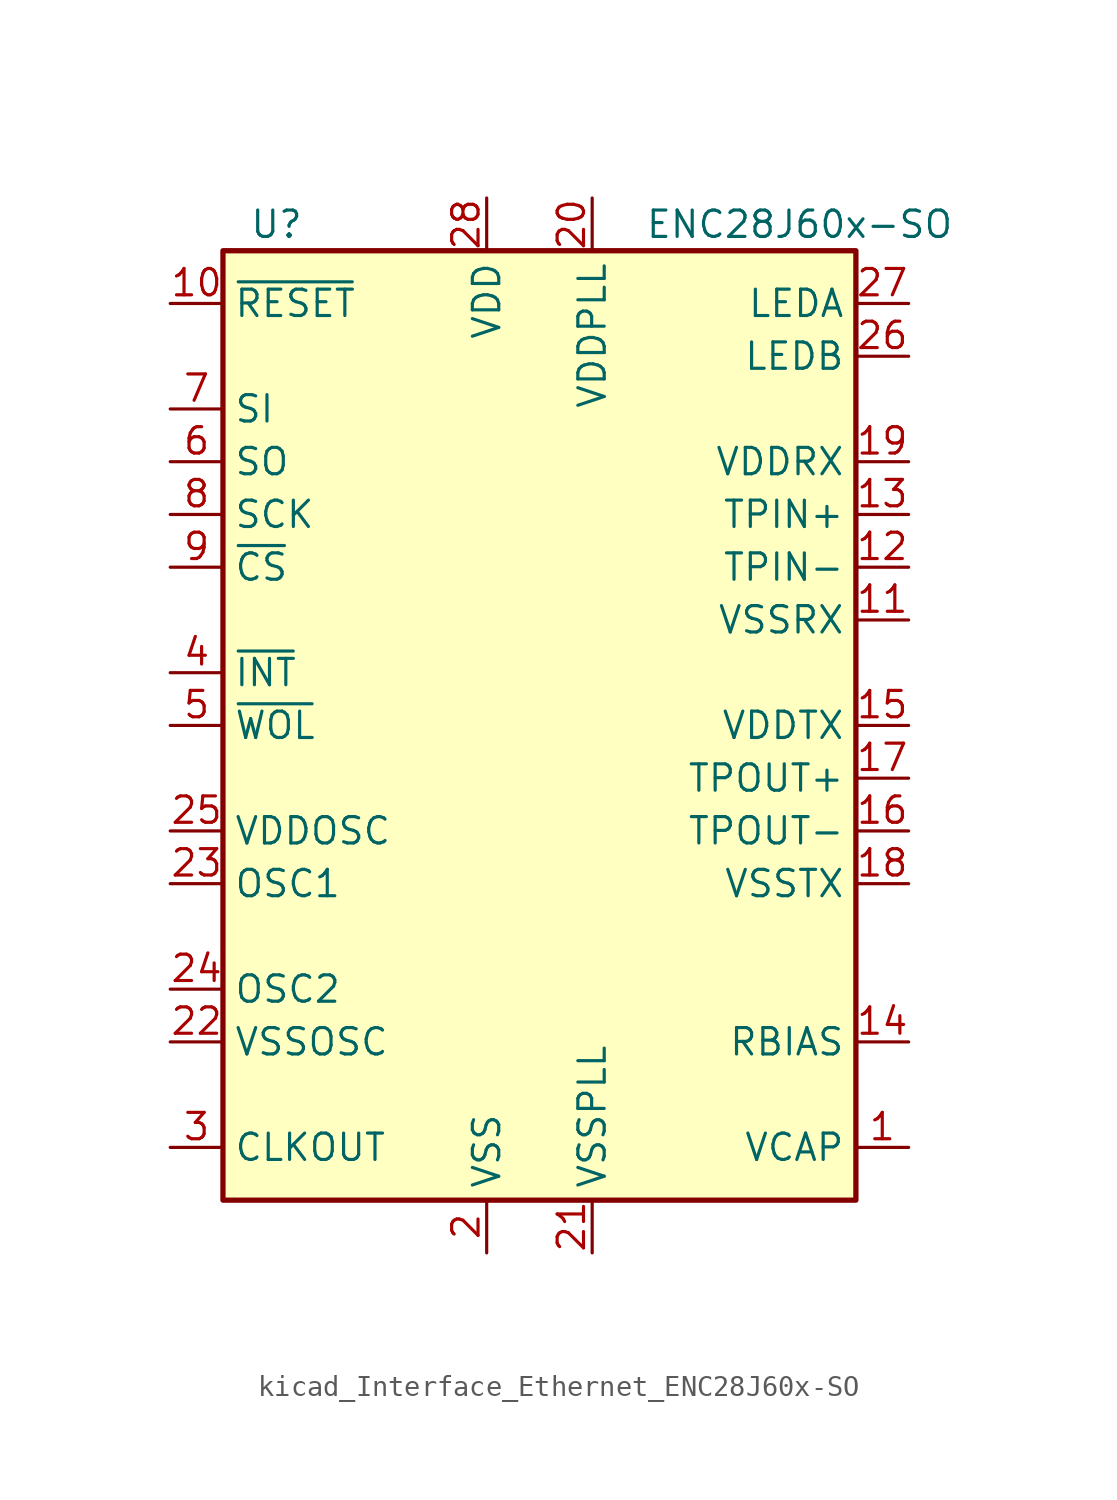
<source format=kicad_sym>
(kicad_symbol_lib
  (version 20220914)
  (generator kicad_symbol_editor)
  (symbol "kicad_Interface_Ethernet_ENC28J60x-SO"
    (property "Reference" "U"
      (at -13.97 24.13 0)
      (effects (font (size 1.27 1.27)) (justify left)))
    (property "Value" "ENC28J60x-SO"
      (at 5.08 24.13 0)
      (effects (font (size 1.27 1.27)) (justify left)))
    (symbol "kicad_Interface_Ethernet_ENC28J60x-SO_0_1"
      (rectangle (start -15.24 22.86) (end 15.24 -22.86) (stroke (width 0.254) (type default)) (fill (type background))))
    (symbol "kicad_Interface_Ethernet_ENC28J60x-SO_1_1"
      (pin input line (at 17.78 -20.32 180) (length 2.54) (name "VCAP" (effects (font (size 1.27 1.27)))) (number "1" (effects (font (size 1.27 1.27)))))
      (pin input line (at -17.78 20.32 0) (length 2.54) (name "~{RESET}" (effects (font (size 1.27 1.27)))) (number "10" (effects (font (size 1.27 1.27)))))
      (pin power_in line (at 17.78 5.08 180) (length 2.54) (name "VSSRX" (effects (font (size 1.27 1.27)))) (number "11" (effects (font (size 1.27 1.27)))))
      (pin input line (at 17.78 7.62 180) (length 2.54) (name "TPIN-" (effects (font (size 1.27 1.27)))) (number "12" (effects (font (size 1.27 1.27)))))
      (pin input line (at 17.78 10.16 180) (length 2.54) (name "TPIN+" (effects (font (size 1.27 1.27)))) (number "13" (effects (font (size 1.27 1.27)))))
      (pin input line (at 17.78 -15.24 180) (length 2.54) (name "RBIAS" (effects (font (size 1.27 1.27)))) (number "14" (effects (font (size 1.27 1.27)))))
      (pin power_in line (at 17.78 0 180) (length 2.54) (name "VDDTX" (effects (font (size 1.27 1.27)))) (number "15" (effects (font (size 1.27 1.27)))))
      (pin output line (at 17.78 -5.08 180) (length 2.54) (name "TPOUT-" (effects (font (size 1.27 1.27)))) (number "16" (effects (font (size 1.27 1.27)))))
      (pin output line (at 17.78 -2.54 180) (length 2.54) (name "TPOUT+" (effects (font (size 1.27 1.27)))) (number "17" (effects (font (size 1.27 1.27)))))
      (pin power_in line (at 17.78 -7.62 180) (length 2.54) (name "VSSTX" (effects (font (size 1.27 1.27)))) (number "18" (effects (font (size 1.27 1.27)))))
      (pin power_in line (at 17.78 12.7 180) (length 2.54) (name "VDDRX" (effects (font (size 1.27 1.27)))) (number "19" (effects (font (size 1.27 1.27)))))
      (pin power_in line (at -2.54 -25.4 90) (length 2.54) (name "VSS" (effects (font (size 1.27 1.27)))) (number "2" (effects (font (size 1.27 1.27)))))
      (pin power_in line (at 2.54 25.4 270) (length 2.54) (name "VDDPLL" (effects (font (size 1.27 1.27)))) (number "20" (effects (font (size 1.27 1.27)))))
      (pin power_in line (at 2.54 -25.4 90) (length 2.54) (name "VSSPLL" (effects (font (size 1.27 1.27)))) (number "21" (effects (font (size 1.27 1.27)))))
      (pin power_in line (at -17.78 -15.24 0) (length 2.54) (name "VSSOSC" (effects (font (size 1.27 1.27)))) (number "22" (effects (font (size 1.27 1.27)))))
      (pin input line (at -17.78 -7.62 0) (length 2.54) (name "OSC1" (effects (font (size 1.27 1.27)))) (number "23" (effects (font (size 1.27 1.27)))))
      (pin input line (at -17.78 -12.7 0) (length 2.54) (name "OSC2" (effects (font (size 1.27 1.27)))) (number "24" (effects (font (size 1.27 1.27)))))
      (pin power_in line (at -17.78 -5.08 0) (length 2.54) (name "VDDOSC" (effects (font (size 1.27 1.27)))) (number "25" (effects (font (size 1.27 1.27)))))
      (pin output line (at 17.78 17.78 180) (length 2.54) (name "LEDB" (effects (font (size 1.27 1.27)))) (number "26" (effects (font (size 1.27 1.27)))))
      (pin output line (at 17.78 20.32 180) (length 2.54) (name "LEDA" (effects (font (size 1.27 1.27)))) (number "27" (effects (font (size 1.27 1.27)))))
      (pin power_in line (at -2.54 25.4 270) (length 2.54) (name "VDD" (effects (font (size 1.27 1.27)))) (number "28" (effects (font (size 1.27 1.27)))))
      (pin output line (at -17.78 -20.32 0) (length 2.54) (name "CLKOUT" (effects (font (size 1.27 1.27)))) (number "3" (effects (font (size 1.27 1.27)))))
      (pin output line (at -17.78 2.54 0) (length 2.54) (name "~{INT}" (effects (font (size 1.27 1.27)))) (number "4" (effects (font (size 1.27 1.27)))))
      (pin output line (at -17.78 0 0) (length 2.54) (name "~{WOL}" (effects (font (size 1.27 1.27)))) (number "5" (effects (font (size 1.27 1.27)))))
      (pin output line (at -17.78 12.7 0) (length 2.54) (name "SO" (effects (font (size 1.27 1.27)))) (number "6" (effects (font (size 1.27 1.27)))))
      (pin input line (at -17.78 15.24 0) (length 2.54) (name "SI" (effects (font (size 1.27 1.27)))) (number "7" (effects (font (size 1.27 1.27)))))
      (pin input line (at -17.78 10.16 0) (length 2.54) (name "SCK" (effects (font (size 1.27 1.27)))) (number "8" (effects (font (size 1.27 1.27)))))
      (pin input line (at -17.78 7.62 0) (length 2.54) (name "~{CS}" (effects (font (size 1.27 1.27)))) (number "9" (effects (font (size 1.27 1.27))))))))
</source>
